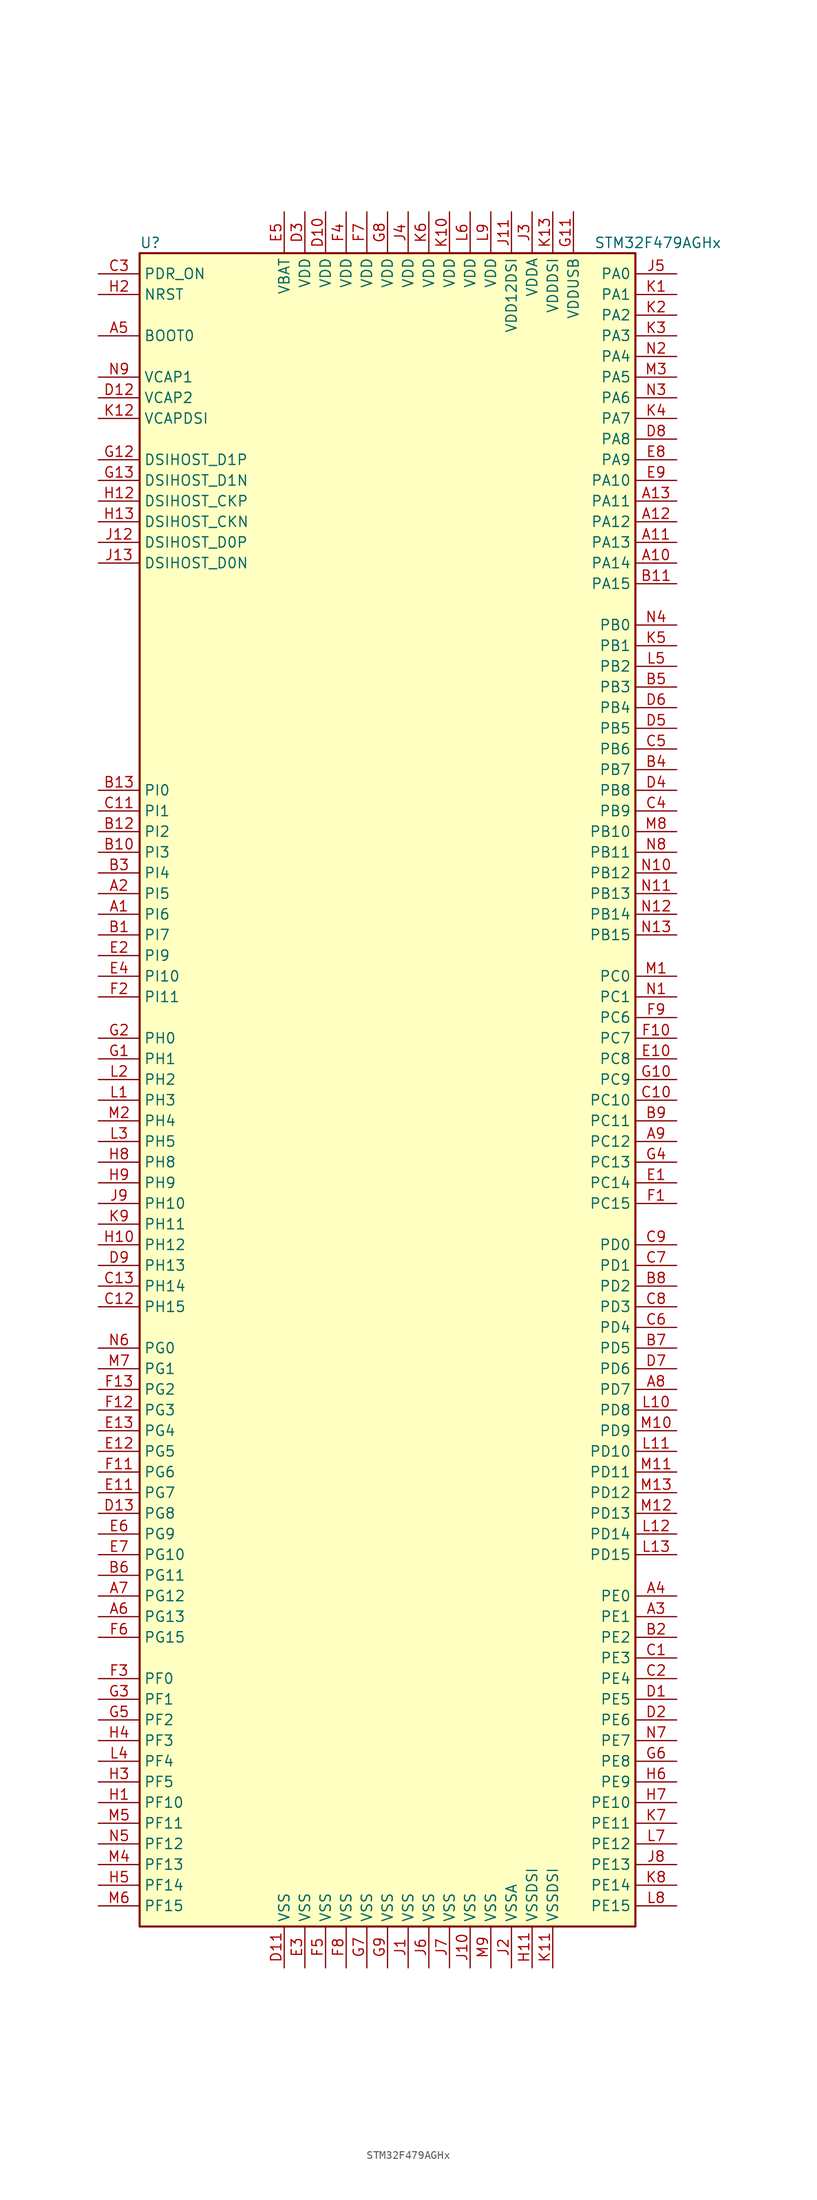
<source format=kicad_sym>
(kicad_symbol_lib
  (version 20220914)
  (generator kicad_symbol_editor)
  (symbol "STM32F479AGHx"
    (property "Reference" "U"
      (at -30.48 102.87 0)
      (effects (font (size 1.27 1.27)) (justify left)))
    (property "Value" "STM32F479AGHx"
      (at 25.4 102.87 0)
      (effects (font (size 1.27 1.27)) (justify left)))
    (symbol "STM32F479AGHx_0_1"
      (rectangle (start -30.48 -104.14) (end 30.48 101.6) (stroke (width 0.254) (type default)) (fill (type background))))
    (symbol "STM32F479AGHx_1_1"
      (pin bidirectional line (at -35.56 20.32 0) (length 5.08) (name "PI6" (effects (font (size 1.27 1.27)))) (number "A1" (effects (font (size 1.27 1.27)))))
      (pin bidirectional line (at 35.56 63.5 180) (length 5.08) (name "PA14" (effects (font (size 1.27 1.27)))) (number "A10" (effects (font (size 1.27 1.27)))))
      (pin bidirectional line (at 35.56 66.04 180) (length 5.08) (name "PA13" (effects (font (size 1.27 1.27)))) (number "A11" (effects (font (size 1.27 1.27)))))
      (pin bidirectional line (at 35.56 68.58 180) (length 5.08) (name "PA12" (effects (font (size 1.27 1.27)))) (number "A12" (effects (font (size 1.27 1.27)))))
      (pin bidirectional line (at 35.56 71.12 180) (length 5.08) (name "PA11" (effects (font (size 1.27 1.27)))) (number "A13" (effects (font (size 1.27 1.27)))))
      (pin bidirectional line (at -35.56 22.86 0) (length 5.08) (name "PI5" (effects (font (size 1.27 1.27)))) (number "A2" (effects (font (size 1.27 1.27)))))
      (pin bidirectional line (at 35.56 -66.04 180) (length 5.08) (name "PE1" (effects (font (size 1.27 1.27)))) (number "A3" (effects (font (size 1.27 1.27)))))
      (pin bidirectional line (at 35.56 -63.5 180) (length 5.08) (name "PE0" (effects (font (size 1.27 1.27)))) (number "A4" (effects (font (size 1.27 1.27)))))
      (pin input line (at -35.56 91.44 0) (length 5.08) (name "BOOT0" (effects (font (size 1.27 1.27)))) (number "A5" (effects (font (size 1.27 1.27)))))
      (pin bidirectional line (at -35.56 -66.04 0) (length 5.08) (name "PG13" (effects (font (size 1.27 1.27)))) (number "A6" (effects (font (size 1.27 1.27)))))
      (pin bidirectional line (at -35.56 -63.5 0) (length 5.08) (name "PG12" (effects (font (size 1.27 1.27)))) (number "A7" (effects (font (size 1.27 1.27)))))
      (pin bidirectional line (at 35.56 -38.1 180) (length 5.08) (name "PD7" (effects (font (size 1.27 1.27)))) (number "A8" (effects (font (size 1.27 1.27)))))
      (pin bidirectional line (at 35.56 -7.62 180) (length 5.08) (name "PC12" (effects (font (size 1.27 1.27)))) (number "A9" (effects (font (size 1.27 1.27)))))
      (pin bidirectional line (at -35.56 17.78 0) (length 5.08) (name "PI7" (effects (font (size 1.27 1.27)))) (number "B1" (effects (font (size 1.27 1.27)))))
      (pin bidirectional line (at -35.56 27.94 0) (length 5.08) (name "PI3" (effects (font (size 1.27 1.27)))) (number "B10" (effects (font (size 1.27 1.27)))))
      (pin bidirectional line (at 35.56 60.96 180) (length 5.08) (name "PA15" (effects (font (size 1.27 1.27)))) (number "B11" (effects (font (size 1.27 1.27)))))
      (pin bidirectional line (at -35.56 30.48 0) (length 5.08) (name "PI2" (effects (font (size 1.27 1.27)))) (number "B12" (effects (font (size 1.27 1.27)))))
      (pin bidirectional line (at -35.56 35.56 0) (length 5.08) (name "PI0" (effects (font (size 1.27 1.27)))) (number "B13" (effects (font (size 1.27 1.27)))))
      (pin bidirectional line (at 35.56 -68.58 180) (length 5.08) (name "PE2" (effects (font (size 1.27 1.27)))) (number "B2" (effects (font (size 1.27 1.27)))))
      (pin bidirectional line (at -35.56 25.4 0) (length 5.08) (name "PI4" (effects (font (size 1.27 1.27)))) (number "B3" (effects (font (size 1.27 1.27)))))
      (pin bidirectional line (at 35.56 38.1 180) (length 5.08) (name "PB7" (effects (font (size 1.27 1.27)))) (number "B4" (effects (font (size 1.27 1.27)))))
      (pin bidirectional line (at 35.56 48.26 180) (length 5.08) (name "PB3" (effects (font (size 1.27 1.27)))) (number "B5" (effects (font (size 1.27 1.27)))))
      (pin bidirectional line (at -35.56 -60.96 0) (length 5.08) (name "PG11" (effects (font (size 1.27 1.27)))) (number "B6" (effects (font (size 1.27 1.27)))))
      (pin bidirectional line (at 35.56 -33.02 180) (length 5.08) (name "PD5" (effects (font (size 1.27 1.27)))) (number "B7" (effects (font (size 1.27 1.27)))))
      (pin bidirectional line (at 35.56 -25.4 180) (length 5.08) (name "PD2" (effects (font (size 1.27 1.27)))) (number "B8" (effects (font (size 1.27 1.27)))))
      (pin bidirectional line (at 35.56 -5.08 180) (length 5.08) (name "PC11" (effects (font (size 1.27 1.27)))) (number "B9" (effects (font (size 1.27 1.27)))))
      (pin bidirectional line (at 35.56 -71.12 180) (length 5.08) (name "PE3" (effects (font (size 1.27 1.27)))) (number "C1" (effects (font (size 1.27 1.27)))))
      (pin bidirectional line (at 35.56 -2.54 180) (length 5.08) (name "PC10" (effects (font (size 1.27 1.27)))) (number "C10" (effects (font (size 1.27 1.27)))))
      (pin bidirectional line (at -35.56 33.02 0) (length 5.08) (name "PI1" (effects (font (size 1.27 1.27)))) (number "C11" (effects (font (size 1.27 1.27)))))
      (pin bidirectional line (at -35.56 -27.94 0) (length 5.08) (name "PH15" (effects (font (size 1.27 1.27)))) (number "C12" (effects (font (size 1.27 1.27)))))
      (pin bidirectional line (at -35.56 -25.4 0) (length 5.08) (name "PH14" (effects (font (size 1.27 1.27)))) (number "C13" (effects (font (size 1.27 1.27)))))
      (pin bidirectional line (at 35.56 -73.66 180) (length 5.08) (name "PE4" (effects (font (size 1.27 1.27)))) (number "C2" (effects (font (size 1.27 1.27)))))
      (pin input line (at -35.56 99.06 0) (length 5.08) (name "PDR_ON" (effects (font (size 1.27 1.27)))) (number "C3" (effects (font (size 1.27 1.27)))))
      (pin bidirectional line (at 35.56 33.02 180) (length 5.08) (name "PB9" (effects (font (size 1.27 1.27)))) (number "C4" (effects (font (size 1.27 1.27)))))
      (pin bidirectional line (at 35.56 40.64 180) (length 5.08) (name "PB6" (effects (font (size 1.27 1.27)))) (number "C5" (effects (font (size 1.27 1.27)))))
      (pin bidirectional line (at 35.56 -30.48 180) (length 5.08) (name "PD4" (effects (font (size 1.27 1.27)))) (number "C6" (effects (font (size 1.27 1.27)))))
      (pin bidirectional line (at 35.56 -22.86 180) (length 5.08) (name "PD1" (effects (font (size 1.27 1.27)))) (number "C7" (effects (font (size 1.27 1.27)))))
      (pin bidirectional line (at 35.56 -27.94 180) (length 5.08) (name "PD3" (effects (font (size 1.27 1.27)))) (number "C8" (effects (font (size 1.27 1.27)))))
      (pin bidirectional line (at 35.56 -20.32 180) (length 5.08) (name "PD0" (effects (font (size 1.27 1.27)))) (number "C9" (effects (font (size 1.27 1.27)))))
      (pin bidirectional line (at 35.56 -76.2 180) (length 5.08) (name "PE5" (effects (font (size 1.27 1.27)))) (number "D1" (effects (font (size 1.27 1.27)))))
      (pin power_in line (at -7.62 106.68 270) (length 5.08) (name "VDD" (effects (font (size 1.27 1.27)))) (number "D10" (effects (font (size 1.27 1.27)))))
      (pin power_in line (at -12.7 -109.22 90) (length 5.08) (name "VSS" (effects (font (size 1.27 1.27)))) (number "D11" (effects (font (size 1.27 1.27)))))
      (pin power_in line (at -35.56 83.82 0) (length 5.08) (name "VCAP2" (effects (font (size 1.27 1.27)))) (number "D12" (effects (font (size 1.27 1.27)))))
      (pin bidirectional line (at -35.56 -53.34 0) (length 5.08) (name "PG8" (effects (font (size 1.27 1.27)))) (number "D13" (effects (font (size 1.27 1.27)))))
      (pin bidirectional line (at 35.56 -78.74 180) (length 5.08) (name "PE6" (effects (font (size 1.27 1.27)))) (number "D2" (effects (font (size 1.27 1.27)))))
      (pin power_in line (at -10.16 106.68 270) (length 5.08) (name "VDD" (effects (font (size 1.27 1.27)))) (number "D3" (effects (font (size 1.27 1.27)))))
      (pin bidirectional line (at 35.56 35.56 180) (length 5.08) (name "PB8" (effects (font (size 1.27 1.27)))) (number "D4" (effects (font (size 1.27 1.27)))))
      (pin bidirectional line (at 35.56 43.18 180) (length 5.08) (name "PB5" (effects (font (size 1.27 1.27)))) (number "D5" (effects (font (size 1.27 1.27)))))
      (pin bidirectional line (at 35.56 45.72 180) (length 5.08) (name "PB4" (effects (font (size 1.27 1.27)))) (number "D6" (effects (font (size 1.27 1.27)))))
      (pin bidirectional line (at 35.56 -35.56 180) (length 5.08) (name "PD6" (effects (font (size 1.27 1.27)))) (number "D7" (effects (font (size 1.27 1.27)))))
      (pin bidirectional line (at 35.56 78.74 180) (length 5.08) (name "PA8" (effects (font (size 1.27 1.27)))) (number "D8" (effects (font (size 1.27 1.27)))))
      (pin bidirectional line (at -35.56 -22.86 0) (length 5.08) (name "PH13" (effects (font (size 1.27 1.27)))) (number "D9" (effects (font (size 1.27 1.27)))))
      (pin bidirectional line (at 35.56 -12.7 180) (length 5.08) (name "PC14" (effects (font (size 1.27 1.27)))) (number "E1" (effects (font (size 1.27 1.27)))))
      (pin bidirectional line (at 35.56 2.54 180) (length 5.08) (name "PC8" (effects (font (size 1.27 1.27)))) (number "E10" (effects (font (size 1.27 1.27)))))
      (pin bidirectional line (at -35.56 -50.8 0) (length 5.08) (name "PG7" (effects (font (size 1.27 1.27)))) (number "E11" (effects (font (size 1.27 1.27)))))
      (pin bidirectional line (at -35.56 -45.72 0) (length 5.08) (name "PG5" (effects (font (size 1.27 1.27)))) (number "E12" (effects (font (size 1.27 1.27)))))
      (pin bidirectional line (at -35.56 -43.18 0) (length 5.08) (name "PG4" (effects (font (size 1.27 1.27)))) (number "E13" (effects (font (size 1.27 1.27)))))
      (pin bidirectional line (at -35.56 15.24 0) (length 5.08) (name "PI9" (effects (font (size 1.27 1.27)))) (number "E2" (effects (font (size 1.27 1.27)))))
      (pin power_in line (at -10.16 -109.22 90) (length 5.08) (name "VSS" (effects (font (size 1.27 1.27)))) (number "E3" (effects (font (size 1.27 1.27)))))
      (pin bidirectional line (at -35.56 12.7 0) (length 5.08) (name "PI10" (effects (font (size 1.27 1.27)))) (number "E4" (effects (font (size 1.27 1.27)))))
      (pin power_in line (at -12.7 106.68 270) (length 5.08) (name "VBAT" (effects (font (size 1.27 1.27)))) (number "E5" (effects (font (size 1.27 1.27)))))
      (pin bidirectional line (at -35.56 -55.88 0) (length 5.08) (name "PG9" (effects (font (size 1.27 1.27)))) (number "E6" (effects (font (size 1.27 1.27)))))
      (pin bidirectional line (at -35.56 -58.42 0) (length 5.08) (name "PG10" (effects (font (size 1.27 1.27)))) (number "E7" (effects (font (size 1.27 1.27)))))
      (pin bidirectional line (at 35.56 76.2 180) (length 5.08) (name "PA9" (effects (font (size 1.27 1.27)))) (number "E8" (effects (font (size 1.27 1.27)))))
      (pin bidirectional line (at 35.56 73.66 180) (length 5.08) (name "PA10" (effects (font (size 1.27 1.27)))) (number "E9" (effects (font (size 1.27 1.27)))))
      (pin bidirectional line (at 35.56 -15.24 180) (length 5.08) (name "PC15" (effects (font (size 1.27 1.27)))) (number "F1" (effects (font (size 1.27 1.27)))))
      (pin bidirectional line (at 35.56 5.08 180) (length 5.08) (name "PC7" (effects (font (size 1.27 1.27)))) (number "F10" (effects (font (size 1.27 1.27)))))
      (pin bidirectional line (at -35.56 -48.26 0) (length 5.08) (name "PG6" (effects (font (size 1.27 1.27)))) (number "F11" (effects (font (size 1.27 1.27)))))
      (pin bidirectional line (at -35.56 -40.64 0) (length 5.08) (name "PG3" (effects (font (size 1.27 1.27)))) (number "F12" (effects (font (size 1.27 1.27)))))
      (pin bidirectional line (at -35.56 -38.1 0) (length 5.08) (name "PG2" (effects (font (size 1.27 1.27)))) (number "F13" (effects (font (size 1.27 1.27)))))
      (pin bidirectional line (at -35.56 10.16 0) (length 5.08) (name "PI11" (effects (font (size 1.27 1.27)))) (number "F2" (effects (font (size 1.27 1.27)))))
      (pin bidirectional line (at -35.56 -73.66 0) (length 5.08) (name "PF0" (effects (font (size 1.27 1.27)))) (number "F3" (effects (font (size 1.27 1.27)))))
      (pin power_in line (at -5.08 106.68 270) (length 5.08) (name "VDD" (effects (font (size 1.27 1.27)))) (number "F4" (effects (font (size 1.27 1.27)))))
      (pin power_in line (at -7.62 -109.22 90) (length 5.08) (name "VSS" (effects (font (size 1.27 1.27)))) (number "F5" (effects (font (size 1.27 1.27)))))
      (pin bidirectional line (at -35.56 -68.58 0) (length 5.08) (name "PG15" (effects (font (size 1.27 1.27)))) (number "F6" (effects (font (size 1.27 1.27)))))
      (pin power_in line (at -2.54 106.68 270) (length 5.08) (name "VDD" (effects (font (size 1.27 1.27)))) (number "F7" (effects (font (size 1.27 1.27)))))
      (pin power_in line (at -5.08 -109.22 90) (length 5.08) (name "VSS" (effects (font (size 1.27 1.27)))) (number "F8" (effects (font (size 1.27 1.27)))))
      (pin bidirectional line (at 35.56 7.62 180) (length 5.08) (name "PC6" (effects (font (size 1.27 1.27)))) (number "F9" (effects (font (size 1.27 1.27)))))
      (pin input line (at -35.56 2.54 0) (length 5.08) (name "PH1" (effects (font (size 1.27 1.27)))) (number "G1" (effects (font (size 1.27 1.27)))))
      (pin bidirectional line (at 35.56 0 180) (length 5.08) (name "PC9" (effects (font (size 1.27 1.27)))) (number "G10" (effects (font (size 1.27 1.27)))))
      (pin power_in line (at 22.86 106.68 270) (length 5.08) (name "VDDUSB" (effects (font (size 1.27 1.27)))) (number "G11" (effects (font (size 1.27 1.27)))))
      (pin bidirectional line (at -35.56 76.2 0) (length 5.08) (name "DSIHOST_D1P" (effects (font (size 1.27 1.27)))) (number "G12" (effects (font (size 1.27 1.27)))))
      (pin bidirectional line (at -35.56 73.66 0) (length 5.08) (name "DSIHOST_D1N" (effects (font (size 1.27 1.27)))) (number "G13" (effects (font (size 1.27 1.27)))))
      (pin input line (at -35.56 5.08 0) (length 5.08) (name "PH0" (effects (font (size 1.27 1.27)))) (number "G2" (effects (font (size 1.27 1.27)))))
      (pin bidirectional line (at -35.56 -76.2 0) (length 5.08) (name "PF1" (effects (font (size 1.27 1.27)))) (number "G3" (effects (font (size 1.27 1.27)))))
      (pin bidirectional line (at 35.56 -10.16 180) (length 5.08) (name "PC13" (effects (font (size 1.27 1.27)))) (number "G4" (effects (font (size 1.27 1.27)))))
      (pin bidirectional line (at -35.56 -78.74 0) (length 5.08) (name "PF2" (effects (font (size 1.27 1.27)))) (number "G5" (effects (font (size 1.27 1.27)))))
      (pin bidirectional line (at 35.56 -83.82 180) (length 5.08) (name "PE8" (effects (font (size 1.27 1.27)))) (number "G6" (effects (font (size 1.27 1.27)))))
      (pin power_in line (at -2.54 -109.22 90) (length 5.08) (name "VSS" (effects (font (size 1.27 1.27)))) (number "G7" (effects (font (size 1.27 1.27)))))
      (pin power_in line (at 0 106.68 270) (length 5.08) (name "VDD" (effects (font (size 1.27 1.27)))) (number "G8" (effects (font (size 1.27 1.27)))))
      (pin power_in line (at 0 -109.22 90) (length 5.08) (name "VSS" (effects (font (size 1.27 1.27)))) (number "G9" (effects (font (size 1.27 1.27)))))
      (pin bidirectional line (at -35.56 -88.9 0) (length 5.08) (name "PF10" (effects (font (size 1.27 1.27)))) (number "H1" (effects (font (size 1.27 1.27)))))
      (pin bidirectional line (at -35.56 -20.32 0) (length 5.08) (name "PH12" (effects (font (size 1.27 1.27)))) (number "H10" (effects (font (size 1.27 1.27)))))
      (pin power_in line (at 17.78 -109.22 90) (length 5.08) (name "VSSDSI" (effects (font (size 1.27 1.27)))) (number "H11" (effects (font (size 1.27 1.27)))))
      (pin bidirectional line (at -35.56 71.12 0) (length 5.08) (name "DSIHOST_CKP" (effects (font (size 1.27 1.27)))) (number "H12" (effects (font (size 1.27 1.27)))))
      (pin bidirectional line (at -35.56 68.58 0) (length 5.08) (name "DSIHOST_CKN" (effects (font (size 1.27 1.27)))) (number "H13" (effects (font (size 1.27 1.27)))))
      (pin input line (at -35.56 96.52 0) (length 5.08) (name "NRST" (effects (font (size 1.27 1.27)))) (number "H2" (effects (font (size 1.27 1.27)))))
      (pin bidirectional line (at -35.56 -86.36 0) (length 5.08) (name "PF5" (effects (font (size 1.27 1.27)))) (number "H3" (effects (font (size 1.27 1.27)))))
      (pin bidirectional line (at -35.56 -81.28 0) (length 5.08) (name "PF3" (effects (font (size 1.27 1.27)))) (number "H4" (effects (font (size 1.27 1.27)))))
      (pin bidirectional line (at -35.56 -99.06 0) (length 5.08) (name "PF14" (effects (font (size 1.27 1.27)))) (number "H5" (effects (font (size 1.27 1.27)))))
      (pin bidirectional line (at 35.56 -86.36 180) (length 5.08) (name "PE9" (effects (font (size 1.27 1.27)))) (number "H6" (effects (font (size 1.27 1.27)))))
      (pin bidirectional line (at 35.56 -88.9 180) (length 5.08) (name "PE10" (effects (font (size 1.27 1.27)))) (number "H7" (effects (font (size 1.27 1.27)))))
      (pin bidirectional line (at -35.56 -10.16 0) (length 5.08) (name "PH8" (effects (font (size 1.27 1.27)))) (number "H8" (effects (font (size 1.27 1.27)))))
      (pin bidirectional line (at -35.56 -12.7 0) (length 5.08) (name "PH9" (effects (font (size 1.27 1.27)))) (number "H9" (effects (font (size 1.27 1.27)))))
      (pin power_in line (at 2.54 -109.22 90) (length 5.08) (name "VSS" (effects (font (size 1.27 1.27)))) (number "J1" (effects (font (size 1.27 1.27)))))
      (pin power_in line (at 10.16 -109.22 90) (length 5.08) (name "VSS" (effects (font (size 1.27 1.27)))) (number "J10" (effects (font (size 1.27 1.27)))))
      (pin power_in line (at 15.24 106.68 270) (length 5.08) (name "VDD12DSI" (effects (font (size 1.27 1.27)))) (number "J11" (effects (font (size 1.27 1.27)))))
      (pin bidirectional line (at -35.56 66.04 0) (length 5.08) (name "DSIHOST_D0P" (effects (font (size 1.27 1.27)))) (number "J12" (effects (font (size 1.27 1.27)))))
      (pin bidirectional line (at -35.56 63.5 0) (length 5.08) (name "DSIHOST_D0N" (effects (font (size 1.27 1.27)))) (number "J13" (effects (font (size 1.27 1.27)))))
      (pin power_in line (at 15.24 -109.22 90) (length 5.08) (name "VSSA" (effects (font (size 1.27 1.27)))) (number "J2" (effects (font (size 1.27 1.27)))))
      (pin power_in line (at 17.78 106.68 270) (length 5.08) (name "VDDA" (effects (font (size 1.27 1.27)))) (number "J3" (effects (font (size 1.27 1.27)))))
      (pin power_in line (at 2.54 106.68 270) (length 5.08) (name "VDD" (effects (font (size 1.27 1.27)))) (number "J4" (effects (font (size 1.27 1.27)))))
      (pin bidirectional line (at 35.56 99.06 180) (length 5.08) (name "PA0" (effects (font (size 1.27 1.27)))) (number "J5" (effects (font (size 1.27 1.27)))))
      (pin power_in line (at 5.08 -109.22 90) (length 5.08) (name "VSS" (effects (font (size 1.27 1.27)))) (number "J6" (effects (font (size 1.27 1.27)))))
      (pin power_in line (at 7.62 -109.22 90) (length 5.08) (name "VSS" (effects (font (size 1.27 1.27)))) (number "J7" (effects (font (size 1.27 1.27)))))
      (pin bidirectional line (at 35.56 -96.52 180) (length 5.08) (name "PE13" (effects (font (size 1.27 1.27)))) (number "J8" (effects (font (size 1.27 1.27)))))
      (pin bidirectional line (at -35.56 -15.24 0) (length 5.08) (name "PH10" (effects (font (size 1.27 1.27)))) (number "J9" (effects (font (size 1.27 1.27)))))
      (pin bidirectional line (at 35.56 96.52 180) (length 5.08) (name "PA1" (effects (font (size 1.27 1.27)))) (number "K1" (effects (font (size 1.27 1.27)))))
      (pin power_in line (at 7.62 106.68 270) (length 5.08) (name "VDD" (effects (font (size 1.27 1.27)))) (number "K10" (effects (font (size 1.27 1.27)))))
      (pin power_in line (at 20.32 -109.22 90) (length 5.08) (name "VSSDSI" (effects (font (size 1.27 1.27)))) (number "K11" (effects (font (size 1.27 1.27)))))
      (pin power_in line (at -35.56 81.28 0) (length 5.08) (name "VCAPDSI" (effects (font (size 1.27 1.27)))) (number "K12" (effects (font (size 1.27 1.27)))))
      (pin power_in line (at 20.32 106.68 270) (length 5.08) (name "VDDDSI" (effects (font (size 1.27 1.27)))) (number "K13" (effects (font (size 1.27 1.27)))))
      (pin bidirectional line (at 35.56 93.98 180) (length 5.08) (name "PA2" (effects (font (size 1.27 1.27)))) (number "K2" (effects (font (size 1.27 1.27)))))
      (pin bidirectional line (at 35.56 91.44 180) (length 5.08) (name "PA3" (effects (font (size 1.27 1.27)))) (number "K3" (effects (font (size 1.27 1.27)))))
      (pin bidirectional line (at 35.56 81.28 180) (length 5.08) (name "PA7" (effects (font (size 1.27 1.27)))) (number "K4" (effects (font (size 1.27 1.27)))))
      (pin bidirectional line (at 35.56 53.34 180) (length 5.08) (name "PB1" (effects (font (size 1.27 1.27)))) (number "K5" (effects (font (size 1.27 1.27)))))
      (pin power_in line (at 5.08 106.68 270) (length 5.08) (name "VDD" (effects (font (size 1.27 1.27)))) (number "K6" (effects (font (size 1.27 1.27)))))
      (pin bidirectional line (at 35.56 -91.44 180) (length 5.08) (name "PE11" (effects (font (size 1.27 1.27)))) (number "K7" (effects (font (size 1.27 1.27)))))
      (pin bidirectional line (at 35.56 -99.06 180) (length 5.08) (name "PE14" (effects (font (size 1.27 1.27)))) (number "K8" (effects (font (size 1.27 1.27)))))
      (pin bidirectional line (at -35.56 -17.78 0) (length 5.08) (name "PH11" (effects (font (size 1.27 1.27)))) (number "K9" (effects (font (size 1.27 1.27)))))
      (pin bidirectional line (at -35.56 -2.54 0) (length 5.08) (name "PH3" (effects (font (size 1.27 1.27)))) (number "L1" (effects (font (size 1.27 1.27)))))
      (pin bidirectional line (at 35.56 -40.64 180) (length 5.08) (name "PD8" (effects (font (size 1.27 1.27)))) (number "L10" (effects (font (size 1.27 1.27)))))
      (pin bidirectional line (at 35.56 -45.72 180) (length 5.08) (name "PD10" (effects (font (size 1.27 1.27)))) (number "L11" (effects (font (size 1.27 1.27)))))
      (pin bidirectional line (at 35.56 -55.88 180) (length 5.08) (name "PD14" (effects (font (size 1.27 1.27)))) (number "L12" (effects (font (size 1.27 1.27)))))
      (pin bidirectional line (at 35.56 -58.42 180) (length 5.08) (name "PD15" (effects (font (size 1.27 1.27)))) (number "L13" (effects (font (size 1.27 1.27)))))
      (pin bidirectional line (at -35.56 0 0) (length 5.08) (name "PH2" (effects (font (size 1.27 1.27)))) (number "L2" (effects (font (size 1.27 1.27)))))
      (pin bidirectional line (at -35.56 -7.62 0) (length 5.08) (name "PH5" (effects (font (size 1.27 1.27)))) (number "L3" (effects (font (size 1.27 1.27)))))
      (pin bidirectional line (at -35.56 -83.82 0) (length 5.08) (name "PF4" (effects (font (size 1.27 1.27)))) (number "L4" (effects (font (size 1.27 1.27)))))
      (pin bidirectional line (at 35.56 50.8 180) (length 5.08) (name "PB2" (effects (font (size 1.27 1.27)))) (number "L5" (effects (font (size 1.27 1.27)))))
      (pin power_in line (at 10.16 106.68 270) (length 5.08) (name "VDD" (effects (font (size 1.27 1.27)))) (number "L6" (effects (font (size 1.27 1.27)))))
      (pin bidirectional line (at 35.56 -93.98 180) (length 5.08) (name "PE12" (effects (font (size 1.27 1.27)))) (number "L7" (effects (font (size 1.27 1.27)))))
      (pin bidirectional line (at 35.56 -101.6 180) (length 5.08) (name "PE15" (effects (font (size 1.27 1.27)))) (number "L8" (effects (font (size 1.27 1.27)))))
      (pin power_in line (at 12.7 106.68 270) (length 5.08) (name "VDD" (effects (font (size 1.27 1.27)))) (number "L9" (effects (font (size 1.27 1.27)))))
      (pin bidirectional line (at 35.56 12.7 180) (length 5.08) (name "PC0" (effects (font (size 1.27 1.27)))) (number "M1" (effects (font (size 1.27 1.27)))))
      (pin bidirectional line (at 35.56 -43.18 180) (length 5.08) (name "PD9" (effects (font (size 1.27 1.27)))) (number "M10" (effects (font (size 1.27 1.27)))))
      (pin bidirectional line (at 35.56 -48.26 180) (length 5.08) (name "PD11" (effects (font (size 1.27 1.27)))) (number "M11" (effects (font (size 1.27 1.27)))))
      (pin bidirectional line (at 35.56 -53.34 180) (length 5.08) (name "PD13" (effects (font (size 1.27 1.27)))) (number "M12" (effects (font (size 1.27 1.27)))))
      (pin bidirectional line (at 35.56 -50.8 180) (length 5.08) (name "PD12" (effects (font (size 1.27 1.27)))) (number "M13" (effects (font (size 1.27 1.27)))))
      (pin bidirectional line (at -35.56 -5.08 0) (length 5.08) (name "PH4" (effects (font (size 1.27 1.27)))) (number "M2" (effects (font (size 1.27 1.27)))))
      (pin bidirectional line (at 35.56 86.36 180) (length 5.08) (name "PA5" (effects (font (size 1.27 1.27)))) (number "M3" (effects (font (size 1.27 1.27)))))
      (pin bidirectional line (at -35.56 -96.52 0) (length 5.08) (name "PF13" (effects (font (size 1.27 1.27)))) (number "M4" (effects (font (size 1.27 1.27)))))
      (pin bidirectional line (at -35.56 -91.44 0) (length 5.08) (name "PF11" (effects (font (size 1.27 1.27)))) (number "M5" (effects (font (size 1.27 1.27)))))
      (pin bidirectional line (at -35.56 -101.6 0) (length 5.08) (name "PF15" (effects (font (size 1.27 1.27)))) (number "M6" (effects (font (size 1.27 1.27)))))
      (pin bidirectional line (at -35.56 -35.56 0) (length 5.08) (name "PG1" (effects (font (size 1.27 1.27)))) (number "M7" (effects (font (size 1.27 1.27)))))
      (pin bidirectional line (at 35.56 30.48 180) (length 5.08) (name "PB10" (effects (font (size 1.27 1.27)))) (number "M8" (effects (font (size 1.27 1.27)))))
      (pin power_in line (at 12.7 -109.22 90) (length 5.08) (name "VSS" (effects (font (size 1.27 1.27)))) (number "M9" (effects (font (size 1.27 1.27)))))
      (pin bidirectional line (at 35.56 10.16 180) (length 5.08) (name "PC1" (effects (font (size 1.27 1.27)))) (number "N1" (effects (font (size 1.27 1.27)))))
      (pin bidirectional line (at 35.56 25.4 180) (length 5.08) (name "PB12" (effects (font (size 1.27 1.27)))) (number "N10" (effects (font (size 1.27 1.27)))))
      (pin bidirectional line (at 35.56 22.86 180) (length 5.08) (name "PB13" (effects (font (size 1.27 1.27)))) (number "N11" (effects (font (size 1.27 1.27)))))
      (pin bidirectional line (at 35.56 20.32 180) (length 5.08) (name "PB14" (effects (font (size 1.27 1.27)))) (number "N12" (effects (font (size 1.27 1.27)))))
      (pin bidirectional line (at 35.56 17.78 180) (length 5.08) (name "PB15" (effects (font (size 1.27 1.27)))) (number "N13" (effects (font (size 1.27 1.27)))))
      (pin bidirectional line (at 35.56 88.9 180) (length 5.08) (name "PA4" (effects (font (size 1.27 1.27)))) (number "N2" (effects (font (size 1.27 1.27)))))
      (pin bidirectional line (at 35.56 83.82 180) (length 5.08) (name "PA6" (effects (font (size 1.27 1.27)))) (number "N3" (effects (font (size 1.27 1.27)))))
      (pin bidirectional line (at 35.56 55.88 180) (length 5.08) (name "PB0" (effects (font (size 1.27 1.27)))) (number "N4" (effects (font (size 1.27 1.27)))))
      (pin bidirectional line (at -35.56 -93.98 0) (length 5.08) (name "PF12" (effects (font (size 1.27 1.27)))) (number "N5" (effects (font (size 1.27 1.27)))))
      (pin bidirectional line (at -35.56 -33.02 0) (length 5.08) (name "PG0" (effects (font (size 1.27 1.27)))) (number "N6" (effects (font (size 1.27 1.27)))))
      (pin bidirectional line (at 35.56 -81.28 180) (length 5.08) (name "PE7" (effects (font (size 1.27 1.27)))) (number "N7" (effects (font (size 1.27 1.27)))))
      (pin bidirectional line (at 35.56 27.94 180) (length 5.08) (name "PB11" (effects (font (size 1.27 1.27)))) (number "N8" (effects (font (size 1.27 1.27)))))
      (pin power_in line (at -35.56 86.36 0) (length 5.08) (name "VCAP1" (effects (font (size 1.27 1.27)))) (number "N9" (effects (font (size 1.27 1.27))))))))
</source>
